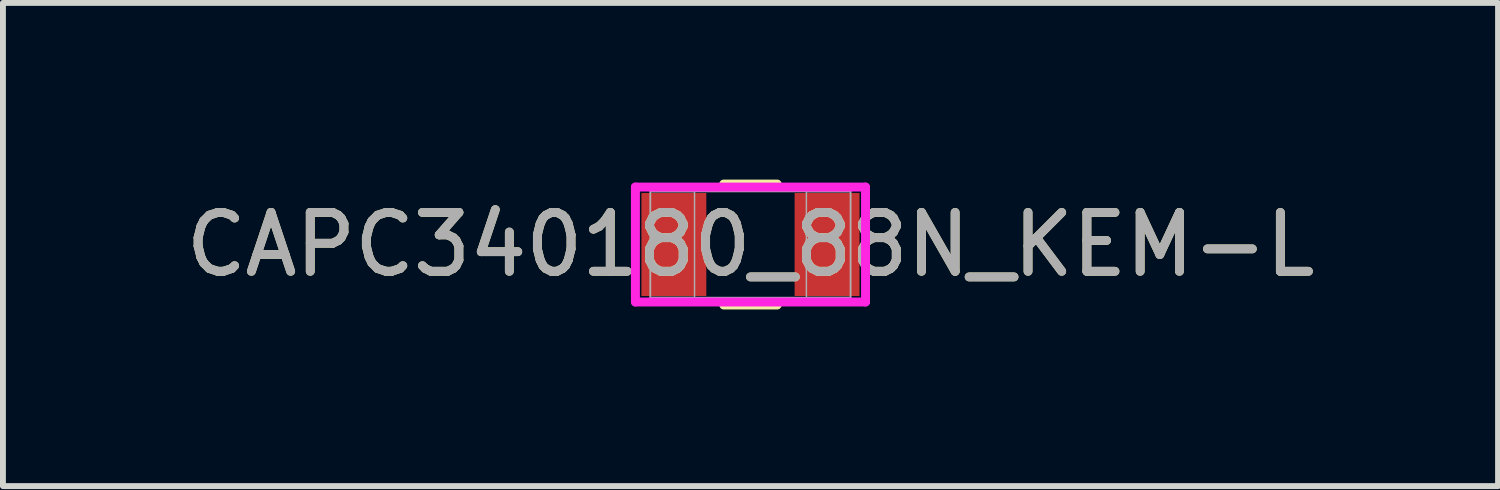
<source format=kicad_pcb>
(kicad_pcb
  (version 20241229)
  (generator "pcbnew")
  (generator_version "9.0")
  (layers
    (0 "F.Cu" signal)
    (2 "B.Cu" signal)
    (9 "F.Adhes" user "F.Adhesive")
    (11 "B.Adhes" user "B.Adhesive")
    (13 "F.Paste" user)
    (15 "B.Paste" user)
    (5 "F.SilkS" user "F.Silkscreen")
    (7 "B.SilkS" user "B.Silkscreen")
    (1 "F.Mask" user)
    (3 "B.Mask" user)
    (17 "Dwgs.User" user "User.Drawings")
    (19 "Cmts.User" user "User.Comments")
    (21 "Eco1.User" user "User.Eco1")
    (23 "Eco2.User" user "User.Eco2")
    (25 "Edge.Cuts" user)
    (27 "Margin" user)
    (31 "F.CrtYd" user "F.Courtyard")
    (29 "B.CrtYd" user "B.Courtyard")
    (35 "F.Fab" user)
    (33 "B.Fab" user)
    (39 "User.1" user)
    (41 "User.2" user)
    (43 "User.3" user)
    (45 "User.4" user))
  (footprint "CAPC340180_88N_KEM-L"
    (layer "F.Cu")
    (at 9.696 1.103)
    (property "Reference" "CAPC340180_88N_KEM-L" (at 0 0 0) (unlocked yes) (layer "F.SilkS") (effects (font (size 1 1) (thickness 0.15))))
    (attr smd)
    (fp_line (start -0.454 1.027) (end 0.454 1.027) (stroke (width 0.152) (type solid)) (layer "F.SilkS"))
    (fp_line (start 0.454 -1.027) (end -0.454 -1.027) (stroke (width 0.152) (type solid)) (layer "F.SilkS"))
    (fp_line (start -1.954 -0.976) (end 1.954 -0.976) (stroke (width 0.152) (type solid)) (layer "F.CrtYd"))
    (fp_line (start -1.954 0.976) (end -1.954 -0.976) (stroke (width 0.152) (type solid)) (layer "F.CrtYd"))
    (fp_line (start 1.954 -0.976) (end 1.954 0.976) (stroke (width 0.152) (type solid)) (layer "F.CrtYd"))
    (fp_line (start 1.954 0.976) (end -1.954 0.976) (stroke (width 0.152) (type solid)) (layer "F.CrtYd"))
    (fp_line (start -1.7 -0.9) (end -1.7 0.9) (stroke (width 0.025) (type solid)) (layer "F.Fab"))
    (fp_line (start -1.7 -0.9) (end -1.7 0.9) (stroke (width 0.025) (type solid)) (layer "F.Fab"))
    (fp_line (start -1.7 0.9) (end -0.95 0.9) (stroke (width 0.025) (type solid)) (layer "F.Fab"))
    (fp_line (start -1.7 0.9) (end 1.7 0.9) (stroke (width 0.025) (type solid)) (layer "F.Fab"))
    (fp_line (start -0.95 -0.9) (end -1.7 -0.9) (stroke (width 0.025) (type solid)) (layer "F.Fab"))
    (fp_line (start -0.95 0.9) (end -0.95 -0.9) (stroke (width 0.025) (type solid)) (layer "F.Fab"))
    (fp_line (start 0.95 -0.9) (end 0.95 0.9) (stroke (width 0.025) (type solid)) (layer "F.Fab"))
    (fp_line (start 0.95 0.9) (end 1.7 0.9) (stroke (width 0.025) (type solid)) (layer "F.Fab"))
    (fp_line (start 1.7 -0.9) (end -1.7 -0.9) (stroke (width 0.025) (type solid)) (layer "F.Fab"))
    (fp_line (start 1.7 -0.9) (end 0.95 -0.9) (stroke (width 0.025) (type solid)) (layer "F.Fab"))
    (fp_line (start 1.7 0.9) (end 1.7 -0.9) (stroke (width 0.025) (type solid)) (layer "F.Fab"))
    (fp_line (start 1.7 0.9) (end 1.7 -0.9) (stroke (width 0.025) (type solid)) (layer "F.Fab"))
    (fp_text user "${REFERENCE}" (at 0 0 0) (unlocked yes) (layer "F.Fab") (effects (font (size 1 1) (thickness 0.15))))
    (pad "1" smd rect (at -1.301 0) (size 1.102 1.749) (layers "F.Cu" "F.Mask" "F.Paste"))
    (pad "2" smd rect (at 1.301 0) (size 1.102 1.749) (layers "F.Cu" "F.Mask" "F.Paste"))
    (zone (net_name "") (layer "F.Cu") (hatch full 0.508) (connect_pads) (min_thickness 0.254) (filled_areas_thickness no) (keepout (tracks not_allowed) (vias not_allowed) (pads allowed) (copperpour not_allowed) (footprints allowed)) (placement (enabled no)) (fill) (polygon (pts (xy 8.997 0.254) (xy 10.396 0.254) (xy 10.396 1.952) (xy 8.997 1.952)))))
  (gr_rect
    (start -3 -3)
    (end 22.393 5.206)
    (stroke (width 0.1) (type default))
    (fill no)
    (layer "Edge.Cuts")))
</source>
